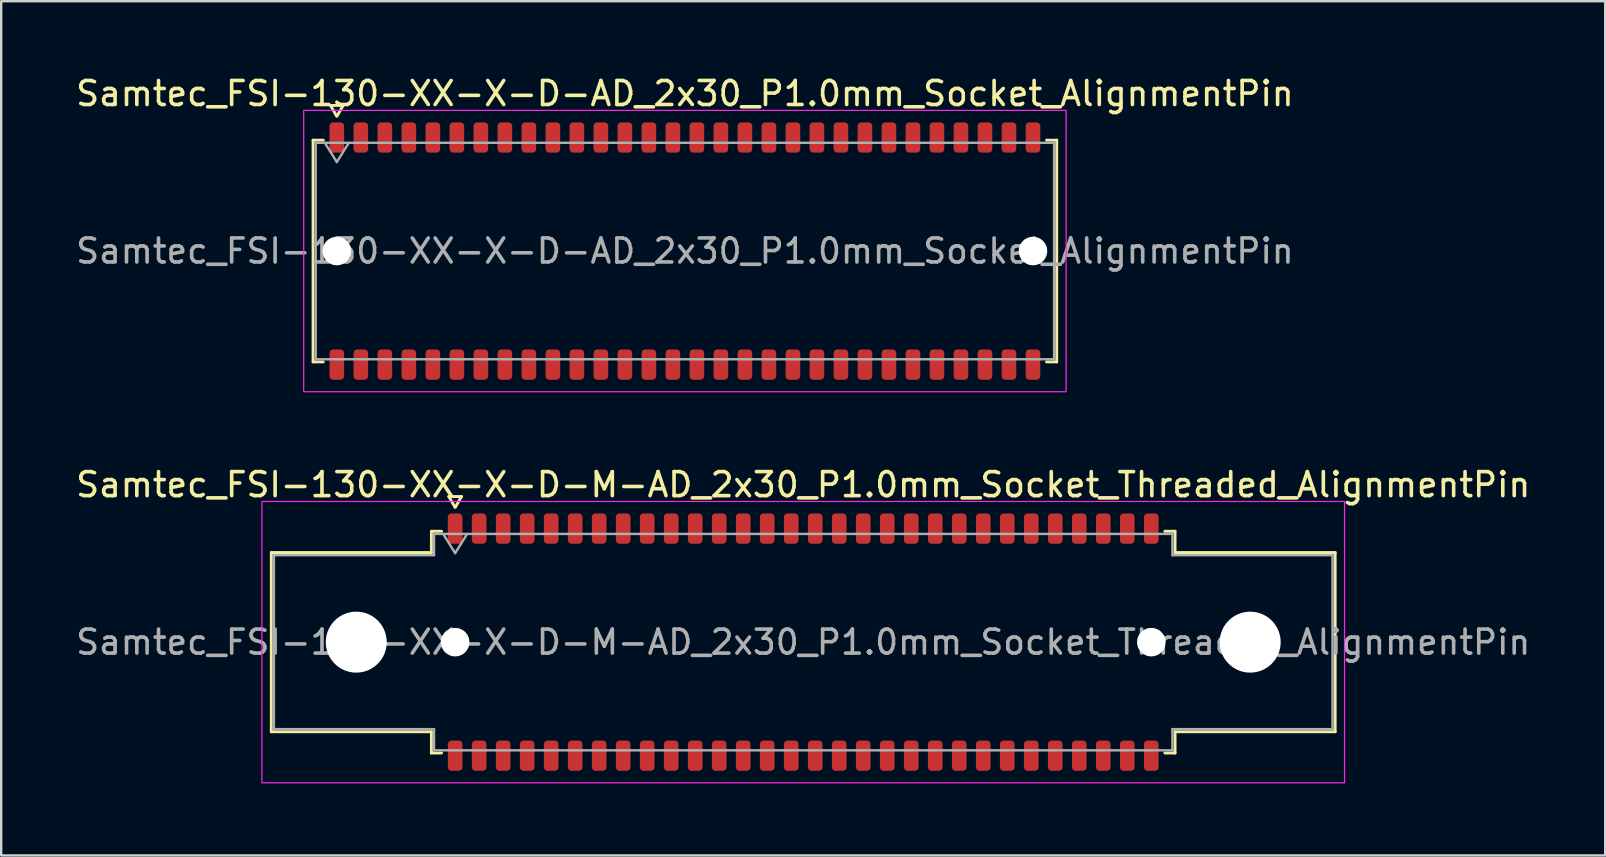
<source format=kicad_pcb>
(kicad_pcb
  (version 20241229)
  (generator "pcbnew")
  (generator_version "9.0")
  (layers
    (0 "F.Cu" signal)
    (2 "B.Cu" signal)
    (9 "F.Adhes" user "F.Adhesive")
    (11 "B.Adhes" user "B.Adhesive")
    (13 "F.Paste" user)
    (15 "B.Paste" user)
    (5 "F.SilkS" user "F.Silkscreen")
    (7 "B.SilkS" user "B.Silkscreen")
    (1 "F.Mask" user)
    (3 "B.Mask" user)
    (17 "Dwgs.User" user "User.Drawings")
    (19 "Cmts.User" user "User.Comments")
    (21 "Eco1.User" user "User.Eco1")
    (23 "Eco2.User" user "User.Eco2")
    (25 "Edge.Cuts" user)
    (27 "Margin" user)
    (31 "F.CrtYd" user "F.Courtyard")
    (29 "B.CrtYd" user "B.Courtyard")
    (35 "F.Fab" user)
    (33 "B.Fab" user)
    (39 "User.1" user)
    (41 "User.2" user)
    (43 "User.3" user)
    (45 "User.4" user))
  (footprint "Samtec_FSI-130-XX-X-D-AD_2x30_P1.0mm_Socket_AlignmentPin"
    (layer "F.Cu")
    (at 25.482 7.408)
    (property "Reference" "Samtec_FSI-130-XX-X-D-AD_2x30_P1.0mm_Socket_AlignmentPin" (at 0 -6.56 0) (layer "F.SilkS") (effects (font (size 1 1) (thickness 0.15))))
    (attr smd)
    (fp_line (start -15.49 -4.619) (end -15.065 -4.619) (stroke (width 0.12) (type solid)) (layer "F.SilkS"))
    (fp_line (start -15.49 4.619) (end -15.49 -4.619) (stroke (width 0.12) (type solid)) (layer "F.SilkS"))
    (fp_line (start -15.065 4.619) (end -15.49 4.619) (stroke (width 0.12) (type solid)) (layer "F.SilkS"))
    (fp_line (start -14.764 -6.066) (end -14.507 -5.62) (stroke (width 0.12) (type solid)) (layer "F.SilkS"))
    (fp_line (start -14.493 -5.62) (end -14.236 -6.066) (stroke (width 0.12) (type solid)) (layer "F.SilkS"))
    (fp_line (start -14.236 -6.066) (end -14.764 -6.066) (stroke (width 0.12) (type solid)) (layer "F.SilkS"))
    (fp_line (start 15.065 -4.619) (end 15.49 -4.619) (stroke (width 0.12) (type solid)) (layer "F.SilkS"))
    (fp_line (start 15.49 -4.619) (end 15.49 4.619) (stroke (width 0.12) (type solid)) (layer "F.SilkS"))
    (fp_line (start 15.49 4.619) (end 15.065 4.619) (stroke (width 0.12) (type solid)) (layer "F.SilkS"))
    (fp_rect (start -15.88 -5.86) (end 15.88 5.86) (stroke (width 0.05) (type solid)) (fill no) (layer "F.CrtYd"))
    (fp_line (start -15.38 -4.508) (end 15.38 -4.508) (stroke (width 0.1) (type solid)) (layer "F.Fab"))
    (fp_line (start -15.38 4.508) (end -15.38 -4.508) (stroke (width 0.1) (type solid)) (layer "F.Fab"))
    (fp_line (start -15 -4.508) (end -14.5 -3.708) (stroke (width 0.1) (type solid)) (layer "F.Fab"))
    (fp_line (start -14.5 -3.708) (end -14 -4.508) (stroke (width 0.1) (type solid)) (layer "F.Fab"))
    (fp_line (start 15.38 -4.508) (end 15.38 4.508) (stroke (width 0.1) (type solid)) (layer "F.Fab"))
    (fp_line (start 15.38 4.508) (end -15.38 4.508) (stroke (width 0.1) (type solid)) (layer "F.Fab"))
    (fp_text user "${REFERENCE}" (at 0 0 0) (layer "F.Fab") (effects (font (size 1 1) (thickness 0.15))))
    (pad "" np_thru_hole circle (at -14.5 0) (size 1.19 1.19) (drill 1.19) (layers "*.Cu" "*.Mask"))
    (pad "" np_thru_hole circle (at 14.5 0) (size 1.19 1.19) (drill 1.19) (layers "*.Cu" "*.Mask"))
    (pad "1" smd roundrect (at -14.5 -4.73) (size 0.61 1.26) (layers "F.Cu" "F.Mask" "F.Paste") (roundrect_rratio 0.25))
    (pad "2" smd roundrect (at -14.5 4.73) (size 0.61 1.26) (layers "F.Cu" "F.Mask" "F.Paste") (roundrect_rratio 0.25))
    (pad "3" smd roundrect (at -13.5 -4.73) (size 0.61 1.26) (layers "F.Cu" "F.Mask" "F.Paste") (roundrect_rratio 0.25))
    (pad "4" smd roundrect (at -13.5 4.73) (size 0.61 1.26) (layers "F.Cu" "F.Mask" "F.Paste") (roundrect_rratio 0.25))
    (pad "5" smd roundrect (at -12.5 -4.73) (size 0.61 1.26) (layers "F.Cu" "F.Mask" "F.Paste") (roundrect_rratio 0.25))
    (pad "6" smd roundrect (at -12.5 4.73) (size 0.61 1.26) (layers "F.Cu" "F.Mask" "F.Paste") (roundrect_rratio 0.25))
    (pad "7" smd roundrect (at -11.5 -4.73) (size 0.61 1.26) (layers "F.Cu" "F.Mask" "F.Paste") (roundrect_rratio 0.25))
    (pad "8" smd roundrect (at -11.5 4.73) (size 0.61 1.26) (layers "F.Cu" "F.Mask" "F.Paste") (roundrect_rratio 0.25))
    (pad "9" smd roundrect (at -10.5 -4.73) (size 0.61 1.26) (layers "F.Cu" "F.Mask" "F.Paste") (roundrect_rratio 0.25))
    (pad "10" smd roundrect (at -10.5 4.73) (size 0.61 1.26) (layers "F.Cu" "F.Mask" "F.Paste") (roundrect_rratio 0.25))
    (pad "11" smd roundrect (at -9.5 -4.73) (size 0.61 1.26) (layers "F.Cu" "F.Mask" "F.Paste") (roundrect_rratio 0.25))
    (pad "12" smd roundrect (at -9.5 4.73) (size 0.61 1.26) (layers "F.Cu" "F.Mask" "F.Paste") (roundrect_rratio 0.25))
    (pad "13" smd roundrect (at -8.5 -4.73) (size 0.61 1.26) (layers "F.Cu" "F.Mask" "F.Paste") (roundrect_rratio 0.25))
    (pad "14" smd roundrect (at -8.5 4.73) (size 0.61 1.26) (layers "F.Cu" "F.Mask" "F.Paste") (roundrect_rratio 0.25))
    (pad "15" smd roundrect (at -7.5 -4.73) (size 0.61 1.26) (layers "F.Cu" "F.Mask" "F.Paste") (roundrect_rratio 0.25))
    (pad "16" smd roundrect (at -7.5 4.73) (size 0.61 1.26) (layers "F.Cu" "F.Mask" "F.Paste") (roundrect_rratio 0.25))
    (pad "17" smd roundrect (at -6.5 -4.73) (size 0.61 1.26) (layers "F.Cu" "F.Mask" "F.Paste") (roundrect_rratio 0.25))
    (pad "18" smd roundrect (at -6.5 4.73) (size 0.61 1.26) (layers "F.Cu" "F.Mask" "F.Paste") (roundrect_rratio 0.25))
    (pad "19" smd roundrect (at -5.5 -4.73) (size 0.61 1.26) (layers "F.Cu" "F.Mask" "F.Paste") (roundrect_rratio 0.25))
    (pad "20" smd roundrect (at -5.5 4.73) (size 0.61 1.26) (layers "F.Cu" "F.Mask" "F.Paste") (roundrect_rratio 0.25))
    (pad "21" smd roundrect (at -4.5 -4.73) (size 0.61 1.26) (layers "F.Cu" "F.Mask" "F.Paste") (roundrect_rratio 0.25))
    (pad "22" smd roundrect (at -4.5 4.73) (size 0.61 1.26) (layers "F.Cu" "F.Mask" "F.Paste") (roundrect_rratio 0.25))
    (pad "23" smd roundrect (at -3.5 -4.73) (size 0.61 1.26) (layers "F.Cu" "F.Mask" "F.Paste") (roundrect_rratio 0.25))
    (pad "24" smd roundrect (at -3.5 4.73) (size 0.61 1.26) (layers "F.Cu" "F.Mask" "F.Paste") (roundrect_rratio 0.25))
    (pad "25" smd roundrect (at -2.5 -4.73) (size 0.61 1.26) (layers "F.Cu" "F.Mask" "F.Paste") (roundrect_rratio 0.25))
    (pad "26" smd roundrect (at -2.5 4.73) (size 0.61 1.26) (layers "F.Cu" "F.Mask" "F.Paste") (roundrect_rratio 0.25))
    (pad "27" smd roundrect (at -1.5 -4.73) (size 0.61 1.26) (layers "F.Cu" "F.Mask" "F.Paste") (roundrect_rratio 0.25))
    (pad "28" smd roundrect (at -1.5 4.73) (size 0.61 1.26) (layers "F.Cu" "F.Mask" "F.Paste") (roundrect_rratio 0.25))
    (pad "29" smd roundrect (at -0.5 -4.73) (size 0.61 1.26) (layers "F.Cu" "F.Mask" "F.Paste") (roundrect_rratio 0.25))
    (pad "30" smd roundrect (at -0.5 4.73) (size 0.61 1.26) (layers "F.Cu" "F.Mask" "F.Paste") (roundrect_rratio 0.25))
    (pad "31" smd roundrect (at 0.5 -4.73) (size 0.61 1.26) (layers "F.Cu" "F.Mask" "F.Paste") (roundrect_rratio 0.25))
    (pad "32" smd roundrect (at 0.5 4.73) (size 0.61 1.26) (layers "F.Cu" "F.Mask" "F.Paste") (roundrect_rratio 0.25))
    (pad "33" smd roundrect (at 1.5 -4.73) (size 0.61 1.26) (layers "F.Cu" "F.Mask" "F.Paste") (roundrect_rratio 0.25))
    (pad "34" smd roundrect (at 1.5 4.73) (size 0.61 1.26) (layers "F.Cu" "F.Mask" "F.Paste") (roundrect_rratio 0.25))
    (pad "35" smd roundrect (at 2.5 -4.73) (size 0.61 1.26) (layers "F.Cu" "F.Mask" "F.Paste") (roundrect_rratio 0.25))
    (pad "36" smd roundrect (at 2.5 4.73) (size 0.61 1.26) (layers "F.Cu" "F.Mask" "F.Paste") (roundrect_rratio 0.25))
    (pad "37" smd roundrect (at 3.5 -4.73) (size 0.61 1.26) (layers "F.Cu" "F.Mask" "F.Paste") (roundrect_rratio 0.25))
    (pad "38" smd roundrect (at 3.5 4.73) (size 0.61 1.26) (layers "F.Cu" "F.Mask" "F.Paste") (roundrect_rratio 0.25))
    (pad "39" smd roundrect (at 4.5 -4.73) (size 0.61 1.26) (layers "F.Cu" "F.Mask" "F.Paste") (roundrect_rratio 0.25))
    (pad "40" smd roundrect (at 4.5 4.73) (size 0.61 1.26) (layers "F.Cu" "F.Mask" "F.Paste") (roundrect_rratio 0.25))
    (pad "41" smd roundrect (at 5.5 -4.73) (size 0.61 1.26) (layers "F.Cu" "F.Mask" "F.Paste") (roundrect_rratio 0.25))
    (pad "42" smd roundrect (at 5.5 4.73) (size 0.61 1.26) (layers "F.Cu" "F.Mask" "F.Paste") (roundrect_rratio 0.25))
    (pad "43" smd roundrect (at 6.5 -4.73) (size 0.61 1.26) (layers "F.Cu" "F.Mask" "F.Paste") (roundrect_rratio 0.25))
    (pad "44" smd roundrect (at 6.5 4.73) (size 0.61 1.26) (layers "F.Cu" "F.Mask" "F.Paste") (roundrect_rratio 0.25))
    (pad "45" smd roundrect (at 7.5 -4.73) (size 0.61 1.26) (layers "F.Cu" "F.Mask" "F.Paste") (roundrect_rratio 0.25))
    (pad "46" smd roundrect (at 7.5 4.73) (size 0.61 1.26) (layers "F.Cu" "F.Mask" "F.Paste") (roundrect_rratio 0.25))
    (pad "47" smd roundrect (at 8.5 -4.73) (size 0.61 1.26) (layers "F.Cu" "F.Mask" "F.Paste") (roundrect_rratio 0.25))
    (pad "48" smd roundrect (at 8.5 4.73) (size 0.61 1.26) (layers "F.Cu" "F.Mask" "F.Paste") (roundrect_rratio 0.25))
    (pad "49" smd roundrect (at 9.5 -4.73) (size 0.61 1.26) (layers "F.Cu" "F.Mask" "F.Paste") (roundrect_rratio 0.25))
    (pad "50" smd roundrect (at 9.5 4.73) (size 0.61 1.26) (layers "F.Cu" "F.Mask" "F.Paste") (roundrect_rratio 0.25))
    (pad "51" smd roundrect (at 10.5 -4.73) (size 0.61 1.26) (layers "F.Cu" "F.Mask" "F.Paste") (roundrect_rratio 0.25))
    (pad "52" smd roundrect (at 10.5 4.73) (size 0.61 1.26) (layers "F.Cu" "F.Mask" "F.Paste") (roundrect_rratio 0.25))
    (pad "53" smd roundrect (at 11.5 -4.73) (size 0.61 1.26) (layers "F.Cu" "F.Mask" "F.Paste") (roundrect_rratio 0.25))
    (pad "54" smd roundrect (at 11.5 4.73) (size 0.61 1.26) (layers "F.Cu" "F.Mask" "F.Paste") (roundrect_rratio 0.25))
    (pad "55" smd roundrect (at 12.5 -4.73) (size 0.61 1.26) (layers "F.Cu" "F.Mask" "F.Paste") (roundrect_rratio 0.25))
    (pad "56" smd roundrect (at 12.5 4.73) (size 0.61 1.26) (layers "F.Cu" "F.Mask" "F.Paste") (roundrect_rratio 0.25))
    (pad "57" smd roundrect (at 13.5 -4.73) (size 0.61 1.26) (layers "F.Cu" "F.Mask" "F.Paste") (roundrect_rratio 0.25))
    (pad "58" smd roundrect (at 13.5 4.73) (size 0.61 1.26) (layers "F.Cu" "F.Mask" "F.Paste") (roundrect_rratio 0.25))
    (pad "59" smd roundrect (at 14.5 -4.73) (size 0.61 1.26) (layers "F.Cu" "F.Mask" "F.Paste") (roundrect_rratio 0.25))
    (pad "60" smd roundrect (at 14.5 4.73) (size 0.61 1.26) (layers "F.Cu" "F.Mask" "F.Paste") (roundrect_rratio 0.25)))
  (footprint "Samtec_FSI-130-XX-X-D-M-AD_2x30_P1.0mm_Socket_Threaded_AlignmentPin"
    (layer "F.Cu")
    (at 30.411 23.701)
    (property "Reference" "Samtec_FSI-130-XX-X-D-M-AD_2x30_P1.0mm_Socket_Threaded_AlignmentPin" (at 0 -6.56 0) (layer "F.SilkS") (effects (font (size 1 1) (thickness 0.15))))
    (attr smd)
    (fp_line (start -22.16 -3.733) (end -15.49 -3.733) (stroke (width 0.12) (type solid)) (layer "F.SilkS"))
    (fp_line (start -22.16 3.733) (end -22.16 -3.733) (stroke (width 0.12) (type solid)) (layer "F.SilkS"))
    (fp_line (start -15.49 -4.619) (end -15.065 -4.619) (stroke (width 0.12) (type solid)) (layer "F.SilkS"))
    (fp_line (start -15.49 -3.733) (end -15.49 -4.619) (stroke (width 0.12) (type solid)) (layer "F.SilkS"))
    (fp_line (start -15.49 3.733) (end -22.16 3.733) (stroke (width 0.12) (type solid)) (layer "F.SilkS"))
    (fp_line (start -15.49 4.619) (end -15.49 3.733) (stroke (width 0.12) (type solid)) (layer "F.SilkS"))
    (fp_line (start -15.065 4.619) (end -15.49 4.619) (stroke (width 0.12) (type solid)) (layer "F.SilkS"))
    (fp_line (start -14.764 -6.066) (end -14.507 -5.62) (stroke (width 0.12) (type solid)) (layer "F.SilkS"))
    (fp_line (start -14.493 -5.62) (end -14.236 -6.066) (stroke (width 0.12) (type solid)) (layer "F.SilkS"))
    (fp_line (start -14.236 -6.066) (end -14.764 -6.066) (stroke (width 0.12) (type solid)) (layer "F.SilkS"))
    (fp_line (start 15.065 -4.619) (end 15.49 -4.619) (stroke (width 0.12) (type solid)) (layer "F.SilkS"))
    (fp_line (start 15.49 -4.619) (end 15.49 -3.733) (stroke (width 0.12) (type solid)) (layer "F.SilkS"))
    (fp_line (start 15.49 -3.733) (end 22.16 -3.733) (stroke (width 0.12) (type solid)) (layer "F.SilkS"))
    (fp_line (start 15.49 3.733) (end 15.49 4.619) (stroke (width 0.12) (type solid)) (layer "F.SilkS"))
    (fp_line (start 15.49 4.619) (end 15.065 4.619) (stroke (width 0.12) (type solid)) (layer "F.SilkS"))
    (fp_line (start 22.16 -3.733) (end 22.16 3.733) (stroke (width 0.12) (type solid)) (layer "F.SilkS"))
    (fp_line (start 22.16 3.733) (end 15.49 3.733) (stroke (width 0.12) (type solid)) (layer "F.SilkS"))
    (fp_rect (start -22.55 -5.86) (end 22.55 5.86) (stroke (width 0.05) (type solid)) (fill no) (layer "F.CrtYd"))
    (fp_line (start -22.05 -3.623) (end -15.38 -3.623) (stroke (width 0.1) (type solid)) (layer "F.Fab"))
    (fp_line (start -22.05 3.623) (end -22.05 -3.623) (stroke (width 0.1) (type solid)) (layer "F.Fab"))
    (fp_line (start -15.38 -4.508) (end 15.38 -4.508) (stroke (width 0.1) (type solid)) (layer "F.Fab"))
    (fp_line (start -15.38 -3.623) (end -15.38 -4.508) (stroke (width 0.1) (type solid)) (layer "F.Fab"))
    (fp_line (start -15.38 3.623) (end -22.05 3.623) (stroke (width 0.1) (type solid)) (layer "F.Fab"))
    (fp_line (start -15.38 4.508) (end -15.38 3.623) (stroke (width 0.1) (type solid)) (layer "F.Fab"))
    (fp_line (start -15 -4.508) (end -14.5 -3.708) (stroke (width 0.1) (type solid)) (layer "F.Fab"))
    (fp_line (start -14.5 -3.708) (end -14 -4.508) (stroke (width 0.1) (type solid)) (layer "F.Fab"))
    (fp_line (start 15.38 -4.508) (end 15.38 -3.623) (stroke (width 0.1) (type solid)) (layer "F.Fab"))
    (fp_line (start 15.38 -3.623) (end 22.05 -3.623) (stroke (width 0.1) (type solid)) (layer "F.Fab"))
    (fp_line (start 15.38 3.623) (end 15.38 4.508) (stroke (width 0.1) (type solid)) (layer "F.Fab"))
    (fp_line (start 15.38 4.508) (end -15.38 4.508) (stroke (width 0.1) (type solid)) (layer "F.Fab"))
    (fp_line (start 22.05 -3.623) (end 22.05 3.623) (stroke (width 0.1) (type solid)) (layer "F.Fab"))
    (fp_line (start 22.05 3.623) (end 15.38 3.623) (stroke (width 0.1) (type solid)) (layer "F.Fab"))
    (fp_text user "${REFERENCE}" (at 0 0 0) (layer "F.Fab") (effects (font (size 1 1) (thickness 0.15))))
    (pad "" np_thru_hole circle (at -18.62 0) (size 2.54 2.54) (drill 2.54) (layers "*.Cu" "*.Mask"))
    (pad "" np_thru_hole circle (at -14.5 0) (size 1.19 1.19) (drill 1.19) (layers "*.Cu" "*.Mask"))
    (pad "" np_thru_hole circle (at 14.5 0) (size 1.19 1.19) (drill 1.19) (layers "*.Cu" "*.Mask"))
    (pad "" np_thru_hole circle (at 18.62 0) (size 2.54 2.54) (drill 2.54) (layers "*.Cu" "*.Mask"))
    (pad "1" smd roundrect (at -14.5 -4.73) (size 0.61 1.26) (layers "F.Cu" "F.Mask" "F.Paste") (roundrect_rratio 0.25))
    (pad "2" smd roundrect (at -14.5 4.73) (size 0.61 1.26) (layers "F.Cu" "F.Mask" "F.Paste") (roundrect_rratio 0.25))
    (pad "3" smd roundrect (at -13.5 -4.73) (size 0.61 1.26) (layers "F.Cu" "F.Mask" "F.Paste") (roundrect_rratio 0.25))
    (pad "4" smd roundrect (at -13.5 4.73) (size 0.61 1.26) (layers "F.Cu" "F.Mask" "F.Paste") (roundrect_rratio 0.25))
    (pad "5" smd roundrect (at -12.5 -4.73) (size 0.61 1.26) (layers "F.Cu" "F.Mask" "F.Paste") (roundrect_rratio 0.25))
    (pad "6" smd roundrect (at -12.5 4.73) (size 0.61 1.26) (layers "F.Cu" "F.Mask" "F.Paste") (roundrect_rratio 0.25))
    (pad "7" smd roundrect (at -11.5 -4.73) (size 0.61 1.26) (layers "F.Cu" "F.Mask" "F.Paste") (roundrect_rratio 0.25))
    (pad "8" smd roundrect (at -11.5 4.73) (size 0.61 1.26) (layers "F.Cu" "F.Mask" "F.Paste") (roundrect_rratio 0.25))
    (pad "9" smd roundrect (at -10.5 -4.73) (size 0.61 1.26) (layers "F.Cu" "F.Mask" "F.Paste") (roundrect_rratio 0.25))
    (pad "10" smd roundrect (at -10.5 4.73) (size 0.61 1.26) (layers "F.Cu" "F.Mask" "F.Paste") (roundrect_rratio 0.25))
    (pad "11" smd roundrect (at -9.5 -4.73) (size 0.61 1.26) (layers "F.Cu" "F.Mask" "F.Paste") (roundrect_rratio 0.25))
    (pad "12" smd roundrect (at -9.5 4.73) (size 0.61 1.26) (layers "F.Cu" "F.Mask" "F.Paste") (roundrect_rratio 0.25))
    (pad "13" smd roundrect (at -8.5 -4.73) (size 0.61 1.26) (layers "F.Cu" "F.Mask" "F.Paste") (roundrect_rratio 0.25))
    (pad "14" smd roundrect (at -8.5 4.73) (size 0.61 1.26) (layers "F.Cu" "F.Mask" "F.Paste") (roundrect_rratio 0.25))
    (pad "15" smd roundrect (at -7.5 -4.73) (size 0.61 1.26) (layers "F.Cu" "F.Mask" "F.Paste") (roundrect_rratio 0.25))
    (pad "16" smd roundrect (at -7.5 4.73) (size 0.61 1.26) (layers "F.Cu" "F.Mask" "F.Paste") (roundrect_rratio 0.25))
    (pad "17" smd roundrect (at -6.5 -4.73) (size 0.61 1.26) (layers "F.Cu" "F.Mask" "F.Paste") (roundrect_rratio 0.25))
    (pad "18" smd roundrect (at -6.5 4.73) (size 0.61 1.26) (layers "F.Cu" "F.Mask" "F.Paste") (roundrect_rratio 0.25))
    (pad "19" smd roundrect (at -5.5 -4.73) (size 0.61 1.26) (layers "F.Cu" "F.Mask" "F.Paste") (roundrect_rratio 0.25))
    (pad "20" smd roundrect (at -5.5 4.73) (size 0.61 1.26) (layers "F.Cu" "F.Mask" "F.Paste") (roundrect_rratio 0.25))
    (pad "21" smd roundrect (at -4.5 -4.73) (size 0.61 1.26) (layers "F.Cu" "F.Mask" "F.Paste") (roundrect_rratio 0.25))
    (pad "22" smd roundrect (at -4.5 4.73) (size 0.61 1.26) (layers "F.Cu" "F.Mask" "F.Paste") (roundrect_rratio 0.25))
    (pad "23" smd roundrect (at -3.5 -4.73) (size 0.61 1.26) (layers "F.Cu" "F.Mask" "F.Paste") (roundrect_rratio 0.25))
    (pad "24" smd roundrect (at -3.5 4.73) (size 0.61 1.26) (layers "F.Cu" "F.Mask" "F.Paste") (roundrect_rratio 0.25))
    (pad "25" smd roundrect (at -2.5 -4.73) (size 0.61 1.26) (layers "F.Cu" "F.Mask" "F.Paste") (roundrect_rratio 0.25))
    (pad "26" smd roundrect (at -2.5 4.73) (size 0.61 1.26) (layers "F.Cu" "F.Mask" "F.Paste") (roundrect_rratio 0.25))
    (pad "27" smd roundrect (at -1.5 -4.73) (size 0.61 1.26) (layers "F.Cu" "F.Mask" "F.Paste") (roundrect_rratio 0.25))
    (pad "28" smd roundrect (at -1.5 4.73) (size 0.61 1.26) (layers "F.Cu" "F.Mask" "F.Paste") (roundrect_rratio 0.25))
    (pad "29" smd roundrect (at -0.5 -4.73) (size 0.61 1.26) (layers "F.Cu" "F.Mask" "F.Paste") (roundrect_rratio 0.25))
    (pad "30" smd roundrect (at -0.5 4.73) (size 0.61 1.26) (layers "F.Cu" "F.Mask" "F.Paste") (roundrect_rratio 0.25))
    (pad "31" smd roundrect (at 0.5 -4.73) (size 0.61 1.26) (layers "F.Cu" "F.Mask" "F.Paste") (roundrect_rratio 0.25))
    (pad "32" smd roundrect (at 0.5 4.73) (size 0.61 1.26) (layers "F.Cu" "F.Mask" "F.Paste") (roundrect_rratio 0.25))
    (pad "33" smd roundrect (at 1.5 -4.73) (size 0.61 1.26) (layers "F.Cu" "F.Mask" "F.Paste") (roundrect_rratio 0.25))
    (pad "34" smd roundrect (at 1.5 4.73) (size 0.61 1.26) (layers "F.Cu" "F.Mask" "F.Paste") (roundrect_rratio 0.25))
    (pad "35" smd roundrect (at 2.5 -4.73) (size 0.61 1.26) (layers "F.Cu" "F.Mask" "F.Paste") (roundrect_rratio 0.25))
    (pad "36" smd roundrect (at 2.5 4.73) (size 0.61 1.26) (layers "F.Cu" "F.Mask" "F.Paste") (roundrect_rratio 0.25))
    (pad "37" smd roundrect (at 3.5 -4.73) (size 0.61 1.26) (layers "F.Cu" "F.Mask" "F.Paste") (roundrect_rratio 0.25))
    (pad "38" smd roundrect (at 3.5 4.73) (size 0.61 1.26) (layers "F.Cu" "F.Mask" "F.Paste") (roundrect_rratio 0.25))
    (pad "39" smd roundrect (at 4.5 -4.73) (size 0.61 1.26) (layers "F.Cu" "F.Mask" "F.Paste") (roundrect_rratio 0.25))
    (pad "40" smd roundrect (at 4.5 4.73) (size 0.61 1.26) (layers "F.Cu" "F.Mask" "F.Paste") (roundrect_rratio 0.25))
    (pad "41" smd roundrect (at 5.5 -4.73) (size 0.61 1.26) (layers "F.Cu" "F.Mask" "F.Paste") (roundrect_rratio 0.25))
    (pad "42" smd roundrect (at 5.5 4.73) (size 0.61 1.26) (layers "F.Cu" "F.Mask" "F.Paste") (roundrect_rratio 0.25))
    (pad "43" smd roundrect (at 6.5 -4.73) (size 0.61 1.26) (layers "F.Cu" "F.Mask" "F.Paste") (roundrect_rratio 0.25))
    (pad "44" smd roundrect (at 6.5 4.73) (size 0.61 1.26) (layers "F.Cu" "F.Mask" "F.Paste") (roundrect_rratio 0.25))
    (pad "45" smd roundrect (at 7.5 -4.73) (size 0.61 1.26) (layers "F.Cu" "F.Mask" "F.Paste") (roundrect_rratio 0.25))
    (pad "46" smd roundrect (at 7.5 4.73) (size 0.61 1.26) (layers "F.Cu" "F.Mask" "F.Paste") (roundrect_rratio 0.25))
    (pad "47" smd roundrect (at 8.5 -4.73) (size 0.61 1.26) (layers "F.Cu" "F.Mask" "F.Paste") (roundrect_rratio 0.25))
    (pad "48" smd roundrect (at 8.5 4.73) (size 0.61 1.26) (layers "F.Cu" "F.Mask" "F.Paste") (roundrect_rratio 0.25))
    (pad "49" smd roundrect (at 9.5 -4.73) (size 0.61 1.26) (layers "F.Cu" "F.Mask" "F.Paste") (roundrect_rratio 0.25))
    (pad "50" smd roundrect (at 9.5 4.73) (size 0.61 1.26) (layers "F.Cu" "F.Mask" "F.Paste") (roundrect_rratio 0.25))
    (pad "51" smd roundrect (at 10.5 -4.73) (size 0.61 1.26) (layers "F.Cu" "F.Mask" "F.Paste") (roundrect_rratio 0.25))
    (pad "52" smd roundrect (at 10.5 4.73) (size 0.61 1.26) (layers "F.Cu" "F.Mask" "F.Paste") (roundrect_rratio 0.25))
    (pad "53" smd roundrect (at 11.5 -4.73) (size 0.61 1.26) (layers "F.Cu" "F.Mask" "F.Paste") (roundrect_rratio 0.25))
    (pad "54" smd roundrect (at 11.5 4.73) (size 0.61 1.26) (layers "F.Cu" "F.Mask" "F.Paste") (roundrect_rratio 0.25))
    (pad "55" smd roundrect (at 12.5 -4.73) (size 0.61 1.26) (layers "F.Cu" "F.Mask" "F.Paste") (roundrect_rratio 0.25))
    (pad "56" smd roundrect (at 12.5 4.73) (size 0.61 1.26) (layers "F.Cu" "F.Mask" "F.Paste") (roundrect_rratio 0.25))
    (pad "57" smd roundrect (at 13.5 -4.73) (size 0.61 1.26) (layers "F.Cu" "F.Mask" "F.Paste") (roundrect_rratio 0.25))
    (pad "58" smd roundrect (at 13.5 4.73) (size 0.61 1.26) (layers "F.Cu" "F.Mask" "F.Paste") (roundrect_rratio 0.25))
    (pad "59" smd roundrect (at 14.5 -4.73) (size 0.61 1.26) (layers "F.Cu" "F.Mask" "F.Paste") (roundrect_rratio 0.25))
    (pad "60" smd roundrect (at 14.5 4.73) (size 0.61 1.26) (layers "F.Cu" "F.Mask" "F.Paste") (roundrect_rratio 0.25)))
  (gr_rect
    (start -3 -3)
    (end 63.821 32.587)
    (stroke (width 0.1) (type default))
    (fill no)
    (layer "Edge.Cuts")))
</source>
